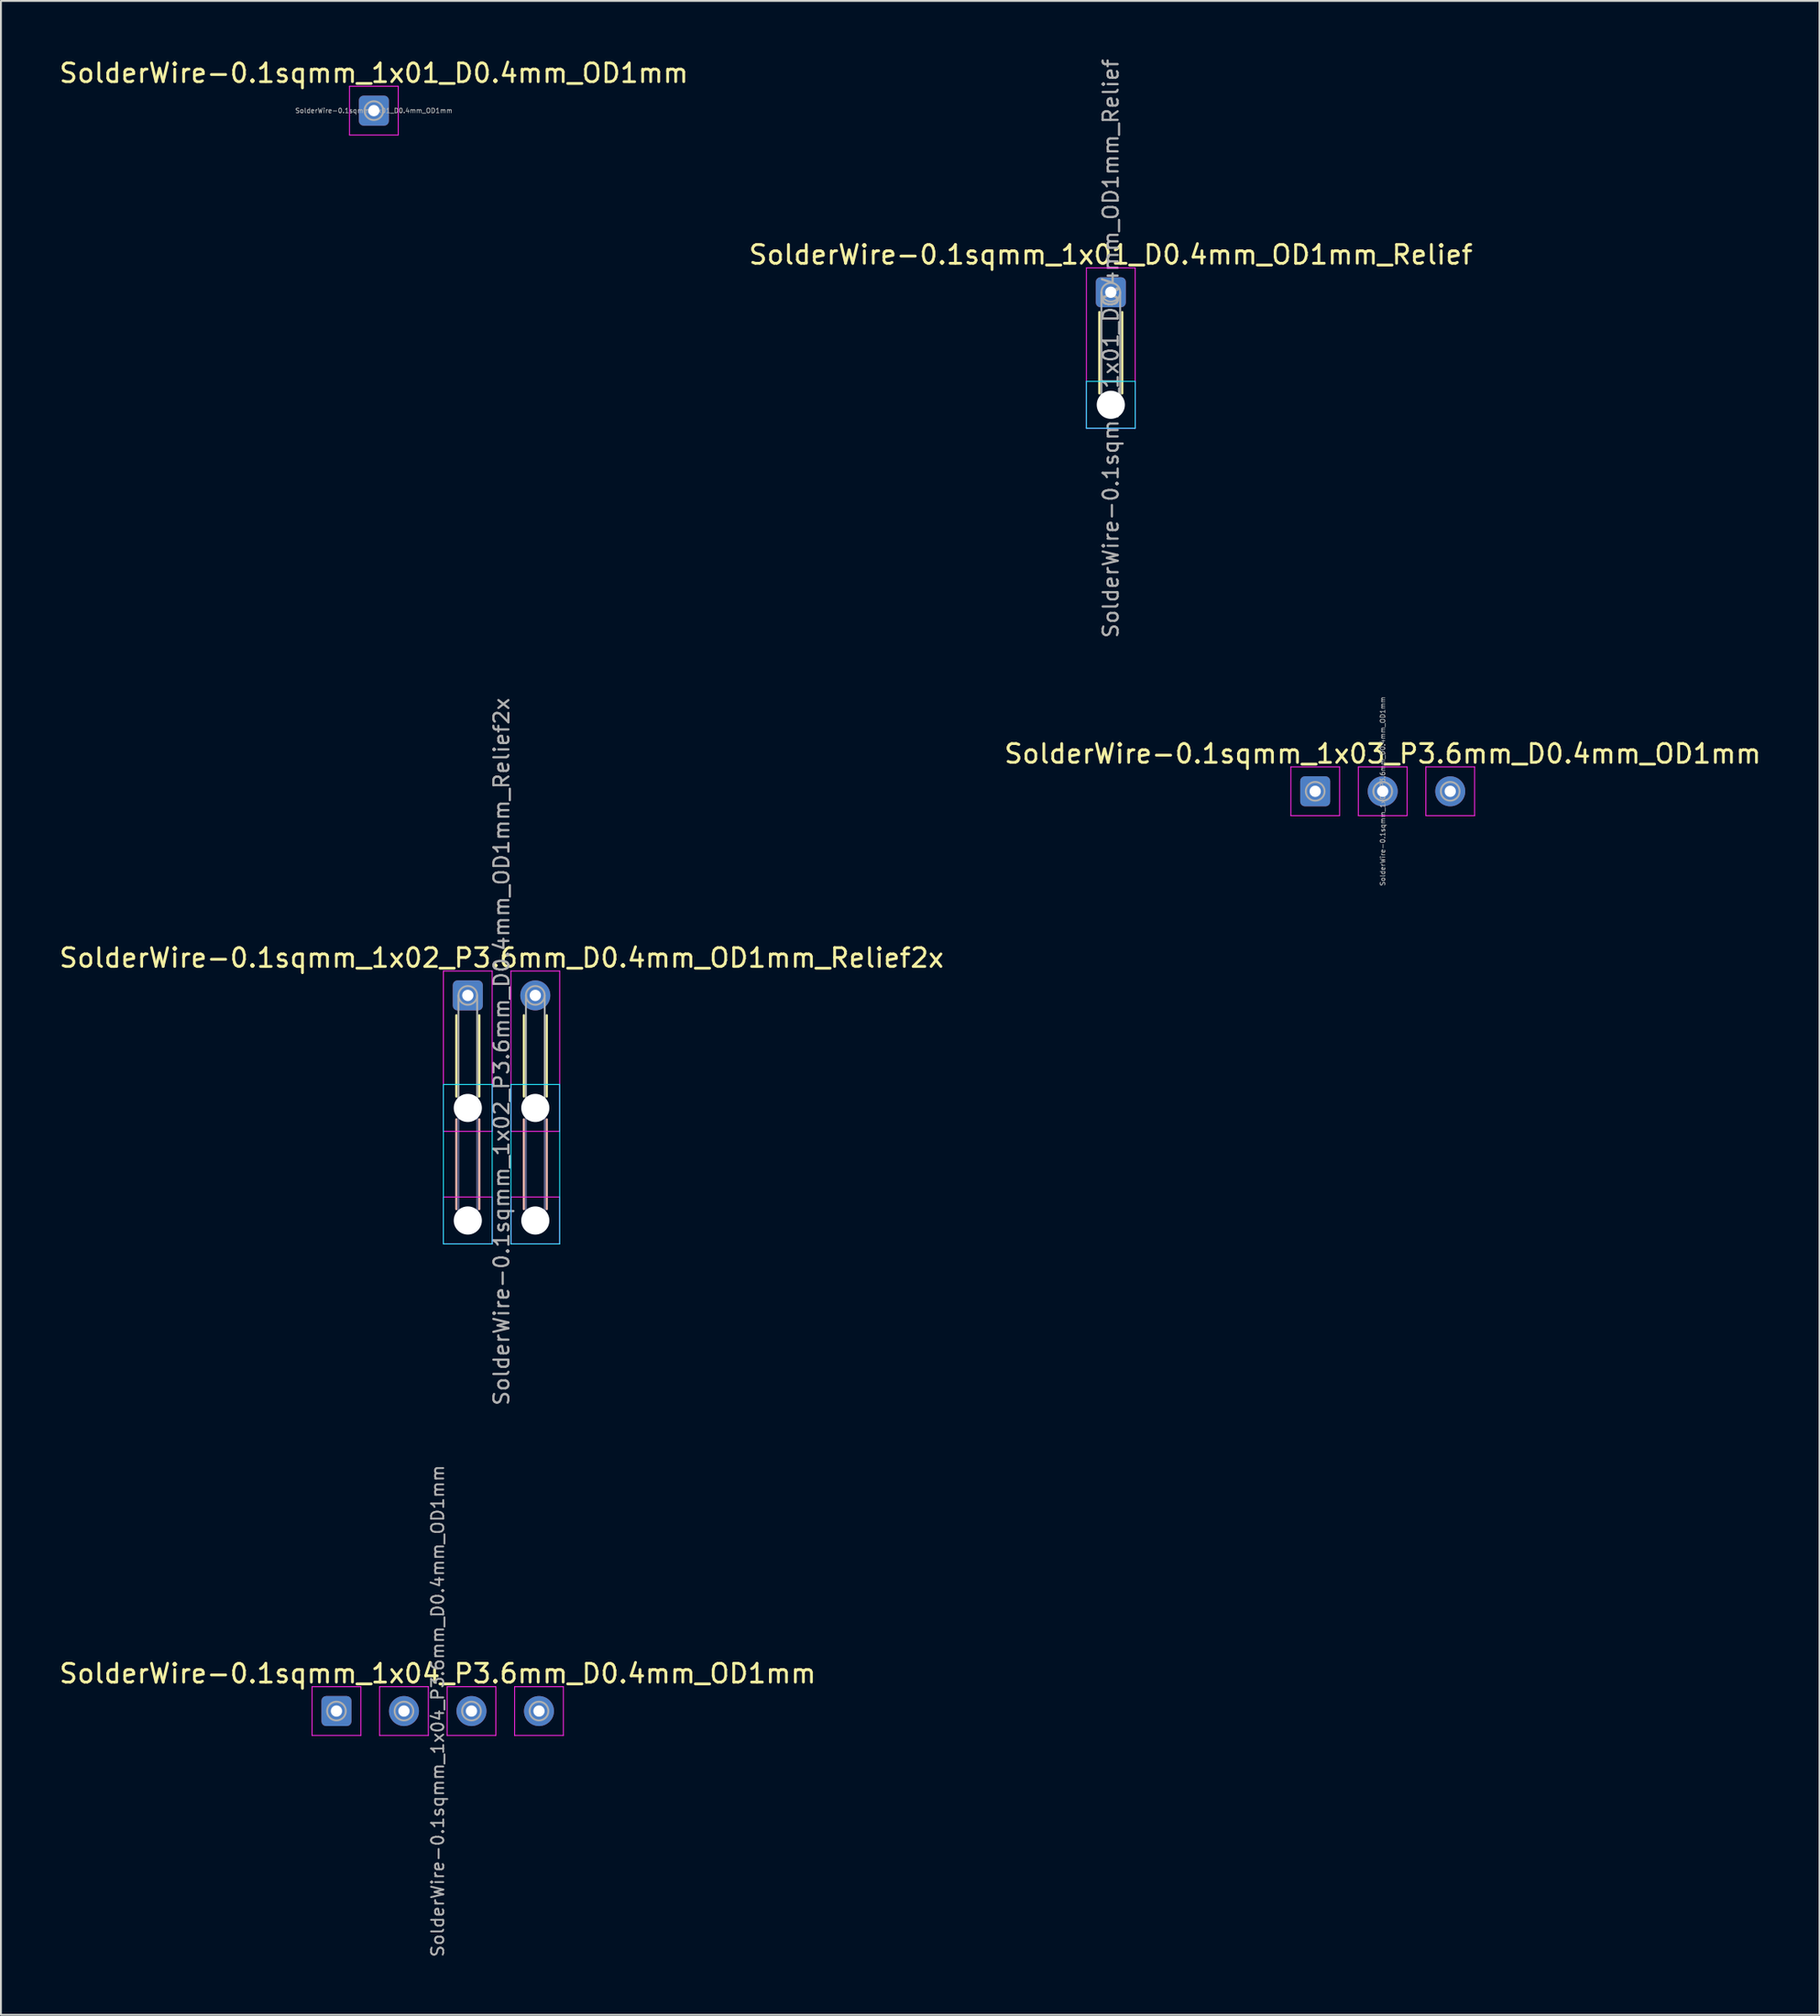
<source format=kicad_pcb>
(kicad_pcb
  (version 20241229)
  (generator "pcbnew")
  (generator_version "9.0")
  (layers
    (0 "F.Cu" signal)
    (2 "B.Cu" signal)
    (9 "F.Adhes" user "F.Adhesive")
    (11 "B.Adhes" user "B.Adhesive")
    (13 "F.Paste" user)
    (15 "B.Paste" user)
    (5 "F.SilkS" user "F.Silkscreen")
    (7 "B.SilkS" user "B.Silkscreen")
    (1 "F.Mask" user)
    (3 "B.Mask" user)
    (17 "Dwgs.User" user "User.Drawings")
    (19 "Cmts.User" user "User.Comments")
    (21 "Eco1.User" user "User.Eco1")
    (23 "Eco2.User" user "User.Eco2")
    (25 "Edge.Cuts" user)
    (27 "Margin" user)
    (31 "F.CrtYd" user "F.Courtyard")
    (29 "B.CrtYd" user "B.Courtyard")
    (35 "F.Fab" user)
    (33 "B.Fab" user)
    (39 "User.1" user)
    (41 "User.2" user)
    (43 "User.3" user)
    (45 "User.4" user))
  (footprint "SolderWire-0.1sqmm_1x01_D0.4mm_OD1mm"
    (layer "F.Cu")
    (at 16.887 2.848)
    (property "Reference" "SolderWire-0.1sqmm_1x01_D0.4mm_OD1mm" (at 0 -2 0) (layer "F.SilkS") (effects (font (size 1 1) (thickness 0.15))))
    (attr exclude_from_pos_files exclude_from_bom)
    (fp_line (start -1.3 -1.3) (end -1.3 1.3) (stroke (width 0.05) (type solid)) (layer "F.CrtYd"))
    (fp_line (start -1.3 1.3) (end 1.3 1.3) (stroke (width 0.05) (type solid)) (layer "F.CrtYd"))
    (fp_line (start 1.3 -1.3) (end -1.3 -1.3) (stroke (width 0.05) (type solid)) (layer "F.CrtYd"))
    (fp_line (start 1.3 1.3) (end 1.3 -1.3) (stroke (width 0.05) (type solid)) (layer "F.CrtYd"))
    (fp_circle (center 0 0) (end 0.5 0) (stroke (width 0.1) (type solid)) (fill no) (layer "F.Fab"))
    (fp_text user "${REFERENCE}" (at 0 0 0) (layer "F.Fab") (effects (font (size 0.25 0.25) (thickness 0.04))))
    (pad "1" thru_hole roundrect (at 0 0) (size 1.6 1.6) (drill 0.6) (layers "*.Cu" "*.Mask") (roundrect_rratio 0.156)))
  (footprint "SolderWire-0.1sqmm_1x03_P3.6mm_D0.4mm_OD1mm"
    (layer "F.Cu")
    (at 67.085 39.134)
    (property "Reference" "SolderWire-0.1sqmm_1x03_P3.6mm_D0.4mm_OD1mm" (at 3.6 -2 0) (layer "F.SilkS") (effects (font (size 1 1) (thickness 0.15))))
    (attr exclude_from_pos_files exclude_from_bom)
    (fp_line (start -1.3 -1.3) (end -1.3 1.3) (stroke (width 0.05) (type solid)) (layer "F.CrtYd"))
    (fp_line (start -1.3 1.3) (end 1.3 1.3) (stroke (width 0.05) (type solid)) (layer "F.CrtYd"))
    (fp_line (start 1.3 -1.3) (end -1.3 -1.3) (stroke (width 0.05) (type solid)) (layer "F.CrtYd"))
    (fp_line (start 1.3 1.3) (end 1.3 -1.3) (stroke (width 0.05) (type solid)) (layer "F.CrtYd"))
    (fp_line (start 2.3 -1.3) (end 2.3 1.3) (stroke (width 0.05) (type solid)) (layer "F.CrtYd"))
    (fp_line (start 2.3 1.3) (end 4.9 1.3) (stroke (width 0.05) (type solid)) (layer "F.CrtYd"))
    (fp_line (start 4.9 -1.3) (end 2.3 -1.3) (stroke (width 0.05) (type solid)) (layer "F.CrtYd"))
    (fp_line (start 4.9 1.3) (end 4.9 -1.3) (stroke (width 0.05) (type solid)) (layer "F.CrtYd"))
    (fp_line (start 5.9 -1.3) (end 5.9 1.3) (stroke (width 0.05) (type solid)) (layer "F.CrtYd"))
    (fp_line (start 5.9 1.3) (end 8.5 1.3) (stroke (width 0.05) (type solid)) (layer "F.CrtYd"))
    (fp_line (start 8.5 -1.3) (end 5.9 -1.3) (stroke (width 0.05) (type solid)) (layer "F.CrtYd"))
    (fp_line (start 8.5 1.3) (end 8.5 -1.3) (stroke (width 0.05) (type solid)) (layer "F.CrtYd"))
    (fp_circle (center 0 0) (end 0.5 0) (stroke (width 0.1) (type solid)) (fill no) (layer "F.Fab"))
    (fp_circle (center 3.6 0) (end 4.1 0) (stroke (width 0.1) (type solid)) (fill no) (layer "F.Fab"))
    (fp_circle (center 7.2 0) (end 7.7 0) (stroke (width 0.1) (type solid)) (fill no) (layer "F.Fab"))
    (fp_text user "${REFERENCE}" (at 3.6 0 90) (layer "F.Fab") (effects (font (size 0.25 0.25) (thickness 0.04))))
    (pad "1" thru_hole roundrect (at 0 0) (size 1.6 1.6) (drill 0.6) (layers "*.Cu" "*.Mask") (roundrect_rratio 0.156))
    (pad "2" thru_hole circle (at 3.6 0) (size 1.6 1.6) (drill 0.6) (layers "*.Cu" "*.Mask"))
    (pad "3" thru_hole circle (at 7.2 0) (size 1.6 1.6) (drill 0.6) (layers "*.Cu" "*.Mask")))
  (footprint "SolderWire-0.1sqmm_1x02_P3.6mm_D0.4mm_OD1mm_Relief2x"
    (layer "F.Cu")
    (at 21.896 50.014)
    (property "Reference" "SolderWire-0.1sqmm_1x02_P3.6mm_D0.4mm_OD1mm_Relief2x" (at 1.8 -2 0) (layer "F.SilkS") (effects (font (size 1 1) (thickness 0.15))))
    (attr exclude_from_pos_files exclude_from_bom)
    (fp_line (start -0.61 1.06) (end -0.61 5.39) (stroke (width 0.12) (type solid)) (layer "F.SilkS"))
    (fp_line (start 0.61 1.06) (end 0.61 5.39) (stroke (width 0.12) (type solid)) (layer "F.SilkS"))
    (fp_line (start 2.99 1.06) (end 2.99 5.39) (stroke (width 0.12) (type solid)) (layer "F.SilkS"))
    (fp_line (start 4.21 1.06) (end 4.21 5.39) (stroke (width 0.12) (type solid)) (layer "F.SilkS"))
    (fp_line (start -0.61 6.61) (end -0.61 11.39) (stroke (width 0.12) (type solid)) (layer "B.SilkS"))
    (fp_line (start 0.61 6.61) (end 0.61 11.39) (stroke (width 0.12) (type solid)) (layer "B.SilkS"))
    (fp_line (start 2.99 6.61) (end 2.99 11.39) (stroke (width 0.12) (type solid)) (layer "B.SilkS"))
    (fp_line (start 4.21 6.61) (end 4.21 11.39) (stroke (width 0.12) (type solid)) (layer "B.SilkS"))
    (fp_line (start -1.3 4.75) (end -1.3 13.25) (stroke (width 0.05) (type solid)) (layer "B.CrtYd"))
    (fp_line (start -1.3 13.25) (end 1.3 13.25) (stroke (width 0.05) (type solid)) (layer "B.CrtYd"))
    (fp_line (start 1.3 4.75) (end -1.3 4.75) (stroke (width 0.05) (type solid)) (layer "B.CrtYd"))
    (fp_line (start 1.3 13.25) (end 1.3 4.75) (stroke (width 0.05) (type solid)) (layer "B.CrtYd"))
    (fp_line (start 2.3 4.75) (end 2.3 13.25) (stroke (width 0.05) (type solid)) (layer "B.CrtYd"))
    (fp_line (start 2.3 13.25) (end 4.9 13.25) (stroke (width 0.05) (type solid)) (layer "B.CrtYd"))
    (fp_line (start 4.9 4.75) (end 2.3 4.75) (stroke (width 0.05) (type solid)) (layer "B.CrtYd"))
    (fp_line (start 4.9 13.25) (end 4.9 4.75) (stroke (width 0.05) (type solid)) (layer "B.CrtYd"))
    (fp_line (start -1.3 -1.3) (end -1.3 7.25) (stroke (width 0.05) (type solid)) (layer "F.CrtYd"))
    (fp_line (start -1.3 7.25) (end 1.3 7.25) (stroke (width 0.05) (type solid)) (layer "F.CrtYd"))
    (fp_line (start -1.3 10.75) (end -1.3 13.25) (stroke (width 0.05) (type solid)) (layer "F.CrtYd"))
    (fp_line (start -1.3 13.25) (end 1.3 13.25) (stroke (width 0.05) (type solid)) (layer "F.CrtYd"))
    (fp_line (start 1.3 -1.3) (end -1.3 -1.3) (stroke (width 0.05) (type solid)) (layer "F.CrtYd"))
    (fp_line (start 1.3 7.25) (end 1.3 -1.3) (stroke (width 0.05) (type solid)) (layer "F.CrtYd"))
    (fp_line (start 1.3 10.75) (end -1.3 10.75) (stroke (width 0.05) (type solid)) (layer "F.CrtYd"))
    (fp_line (start 1.3 13.25) (end 1.3 10.75) (stroke (width 0.05) (type solid)) (layer "F.CrtYd"))
    (fp_line (start 2.3 -1.3) (end 2.3 7.25) (stroke (width 0.05) (type solid)) (layer "F.CrtYd"))
    (fp_line (start 2.3 7.25) (end 4.9 7.25) (stroke (width 0.05) (type solid)) (layer "F.CrtYd"))
    (fp_line (start 2.3 10.75) (end 2.3 13.25) (stroke (width 0.05) (type solid)) (layer "F.CrtYd"))
    (fp_line (start 2.3 13.25) (end 4.9 13.25) (stroke (width 0.05) (type solid)) (layer "F.CrtYd"))
    (fp_line (start 4.9 -1.3) (end 2.3 -1.3) (stroke (width 0.05) (type solid)) (layer "F.CrtYd"))
    (fp_line (start 4.9 7.25) (end 4.9 -1.3) (stroke (width 0.05) (type solid)) (layer "F.CrtYd"))
    (fp_line (start 4.9 10.75) (end 2.3 10.75) (stroke (width 0.05) (type solid)) (layer "F.CrtYd"))
    (fp_line (start 4.9 13.25) (end 4.9 10.75) (stroke (width 0.05) (type solid)) (layer "F.CrtYd"))
    (fp_line (start -0.5 6) (end -0.5 12) (stroke (width 0.1) (type solid)) (layer "B.Fab"))
    (fp_line (start 0.5 6) (end 0.5 12) (stroke (width 0.1) (type solid)) (layer "B.Fab"))
    (fp_line (start 3.1 6) (end 3.1 12) (stroke (width 0.1) (type solid)) (layer "B.Fab"))
    (fp_line (start 4.1 6) (end 4.1 12) (stroke (width 0.1) (type solid)) (layer "B.Fab"))
    (fp_circle (center 0 6) (end 0.5 6) (stroke (width 0.1) (type solid)) (fill no) (layer "B.Fab"))
    (fp_circle (center 0 12) (end 0.5 12) (stroke (width 0.1) (type solid)) (fill no) (layer "B.Fab"))
    (fp_circle (center 3.6 6) (end 4.1 6) (stroke (width 0.1) (type solid)) (fill no) (layer "B.Fab"))
    (fp_circle (center 3.6 12) (end 4.1 12) (stroke (width 0.1) (type solid)) (fill no) (layer "B.Fab"))
    (fp_line (start -0.5 0) (end -0.5 6) (stroke (width 0.1) (type solid)) (layer "F.Fab"))
    (fp_line (start 0.5 0) (end 0.5 6) (stroke (width 0.1) (type solid)) (layer "F.Fab"))
    (fp_line (start 3.1 0) (end 3.1 6) (stroke (width 0.1) (type solid)) (layer "F.Fab"))
    (fp_line (start 4.1 0) (end 4.1 6) (stroke (width 0.1) (type solid)) (layer "F.Fab"))
    (fp_circle (center 0 0) (end 0.5 0) (stroke (width 0.1) (type solid)) (fill no) (layer "F.Fab"))
    (fp_circle (center 0 6) (end 0.5 6) (stroke (width 0.1) (type solid)) (fill no) (layer "F.Fab"))
    (fp_circle (center 0 12) (end 0.5 12) (stroke (width 0.1) (type solid)) (fill no) (layer "F.Fab"))
    (fp_circle (center 3.6 0) (end 4.1 0) (stroke (width 0.1) (type solid)) (fill no) (layer "F.Fab"))
    (fp_circle (center 3.6 6) (end 4.1 6) (stroke (width 0.1) (type solid)) (fill no) (layer "F.Fab"))
    (fp_circle (center 3.6 12) (end 4.1 12) (stroke (width 0.1) (type solid)) (fill no) (layer "F.Fab"))
    (fp_text user "${REFERENCE}" (at 1.8 3 90) (layer "F.Fab") (effects (font (size 0.8 0.8) (thickness 0.12))))
    (pad "" np_thru_hole circle (at 0 6) (size 1.5 1.5) (drill 1.5) (layers "*.Cu" "*.Mask"))
    (pad "" np_thru_hole circle (at 0 12) (size 1.5 1.5) (drill 1.5) (layers "*.Cu" "*.Mask"))
    (pad "" np_thru_hole circle (at 3.6 6) (size 1.5 1.5) (drill 1.5) (layers "*.Cu" "*.Mask"))
    (pad "" np_thru_hole circle (at 3.6 12) (size 1.5 1.5) (drill 1.5) (layers "*.Cu" "*.Mask"))
    (pad "1" thru_hole roundrect (at 0 0) (size 1.6 1.6) (drill 0.6) (layers "*.Cu" "*.Mask") (roundrect_rratio 0.156))
    (pad "2" thru_hole circle (at 3.6 0) (size 1.6 1.6) (drill 0.6) (layers "*.Cu" "*.Mask")))
  (footprint "SolderWire-0.1sqmm_1x01_D0.4mm_OD1mm_Relief"
    (layer "F.Cu")
    (at 56.185 12.529)
    (property "Reference" "SolderWire-0.1sqmm_1x01_D0.4mm_OD1mm_Relief" (at 0 -2 0) (layer "F.SilkS") (effects (font (size 1 1) (thickness 0.15))))
    (attr exclude_from_pos_files exclude_from_bom)
    (fp_line (start -0.61 1.06) (end -0.61 5.39) (stroke (width 0.12) (type solid)) (layer "F.SilkS"))
    (fp_line (start 0.61 1.06) (end 0.61 5.39) (stroke (width 0.12) (type solid)) (layer "F.SilkS"))
    (fp_line (start -1.3 4.75) (end -1.3 7.25) (stroke (width 0.05) (type solid)) (layer "B.CrtYd"))
    (fp_line (start -1.3 7.25) (end 1.3 7.25) (stroke (width 0.05) (type solid)) (layer "B.CrtYd"))
    (fp_line (start 1.3 4.75) (end -1.3 4.75) (stroke (width 0.05) (type solid)) (layer "B.CrtYd"))
    (fp_line (start 1.3 7.25) (end 1.3 4.75) (stroke (width 0.05) (type solid)) (layer "B.CrtYd"))
    (fp_line (start -1.3 -1.3) (end -1.3 7.25) (stroke (width 0.05) (type solid)) (layer "F.CrtYd"))
    (fp_line (start -1.3 7.25) (end 1.3 7.25) (stroke (width 0.05) (type solid)) (layer "F.CrtYd"))
    (fp_line (start 1.3 -1.3) (end -1.3 -1.3) (stroke (width 0.05) (type solid)) (layer "F.CrtYd"))
    (fp_line (start 1.3 7.25) (end 1.3 -1.3) (stroke (width 0.05) (type solid)) (layer "F.CrtYd"))
    (fp_line (start -0.5 0) (end -0.5 6) (stroke (width 0.1) (type solid)) (layer "F.Fab"))
    (fp_line (start 0.5 0) (end 0.5 6) (stroke (width 0.1) (type solid)) (layer "F.Fab"))
    (fp_circle (center 0 0) (end 0.5 0) (stroke (width 0.1) (type solid)) (fill no) (layer "F.Fab"))
    (fp_circle (center 0 6) (end 0.5 6) (stroke (width 0.1) (type solid)) (fill no) (layer "F.Fab"))
    (fp_text user "${REFERENCE}" (at 0 3 90) (layer "F.Fab") (effects (font (size 0.8 0.8) (thickness 0.12))))
    (pad "" np_thru_hole circle (at 0 6) (size 1.5 1.5) (drill 1.5) (layers "*.Cu" "*.Mask"))
    (pad "1" thru_hole roundrect (at 0 0) (size 1.6 1.6) (drill 0.6) (layers "*.Cu" "*.Mask") (roundrect_rratio 0.156)))
  (footprint "SolderWire-0.1sqmm_1x04_P3.6mm_D0.4mm_OD1mm"
    (layer "F.Cu")
    (at 14.892 88.165)
    (property "Reference" "SolderWire-0.1sqmm_1x04_P3.6mm_D0.4mm_OD1mm" (at 5.4 -2 0) (layer "F.SilkS") (effects (font (size 1 1) (thickness 0.15))))
    (attr exclude_from_pos_files exclude_from_bom)
    (fp_line (start -1.3 -1.3) (end -1.3 1.3) (stroke (width 0.05) (type solid)) (layer "F.CrtYd"))
    (fp_line (start -1.3 1.3) (end 1.3 1.3) (stroke (width 0.05) (type solid)) (layer "F.CrtYd"))
    (fp_line (start 1.3 -1.3) (end -1.3 -1.3) (stroke (width 0.05) (type solid)) (layer "F.CrtYd"))
    (fp_line (start 1.3 1.3) (end 1.3 -1.3) (stroke (width 0.05) (type solid)) (layer "F.CrtYd"))
    (fp_line (start 2.3 -1.3) (end 2.3 1.3) (stroke (width 0.05) (type solid)) (layer "F.CrtYd"))
    (fp_line (start 2.3 1.3) (end 4.9 1.3) (stroke (width 0.05) (type solid)) (layer "F.CrtYd"))
    (fp_line (start 4.9 -1.3) (end 2.3 -1.3) (stroke (width 0.05) (type solid)) (layer "F.CrtYd"))
    (fp_line (start 4.9 1.3) (end 4.9 -1.3) (stroke (width 0.05) (type solid)) (layer "F.CrtYd"))
    (fp_line (start 5.9 -1.3) (end 5.9 1.3) (stroke (width 0.05) (type solid)) (layer "F.CrtYd"))
    (fp_line (start 5.9 1.3) (end 8.5 1.3) (stroke (width 0.05) (type solid)) (layer "F.CrtYd"))
    (fp_line (start 8.5 -1.3) (end 5.9 -1.3) (stroke (width 0.05) (type solid)) (layer "F.CrtYd"))
    (fp_line (start 8.5 1.3) (end 8.5 -1.3) (stroke (width 0.05) (type solid)) (layer "F.CrtYd"))
    (fp_line (start 9.5 -1.3) (end 9.5 1.3) (stroke (width 0.05) (type solid)) (layer "F.CrtYd"))
    (fp_line (start 9.5 1.3) (end 12.1 1.3) (stroke (width 0.05) (type solid)) (layer "F.CrtYd"))
    (fp_line (start 12.1 -1.3) (end 9.5 -1.3) (stroke (width 0.05) (type solid)) (layer "F.CrtYd"))
    (fp_line (start 12.1 1.3) (end 12.1 -1.3) (stroke (width 0.05) (type solid)) (layer "F.CrtYd"))
    (fp_circle (center 0 0) (end 0.5 0) (stroke (width 0.1) (type solid)) (fill no) (layer "F.Fab"))
    (fp_circle (center 3.6 0) (end 4.1 0) (stroke (width 0.1) (type solid)) (fill no) (layer "F.Fab"))
    (fp_circle (center 7.2 0) (end 7.7 0) (stroke (width 0.1) (type solid)) (fill no) (layer "F.Fab"))
    (fp_circle (center 10.8 0) (end 11.3 0) (stroke (width 0.1) (type solid)) (fill no) (layer "F.Fab"))
    (fp_text user "${REFERENCE}" (at 5.4 0 90) (layer "F.Fab") (effects (font (size 0.65 0.65) (thickness 0.1))))
    (pad "1" thru_hole roundrect (at 0 0) (size 1.6 1.6) (drill 0.6) (layers "*.Cu" "*.Mask") (roundrect_rratio 0.156))
    (pad "2" thru_hole circle (at 3.6 0) (size 1.6 1.6) (drill 0.6) (layers "*.Cu" "*.Mask"))
    (pad "3" thru_hole circle (at 7.2 0) (size 1.6 1.6) (drill 0.6) (layers "*.Cu" "*.Mask"))
    (pad "4" thru_hole circle (at 10.8 0) (size 1.6 1.6) (drill 0.6) (layers "*.Cu" "*.Mask")))
  (gr_rect
    (start -3 -3)
    (end 93.976 104.358)
    (stroke (width 0.1) (type default))
    (fill no)
    (layer "Edge.Cuts")))
</source>
